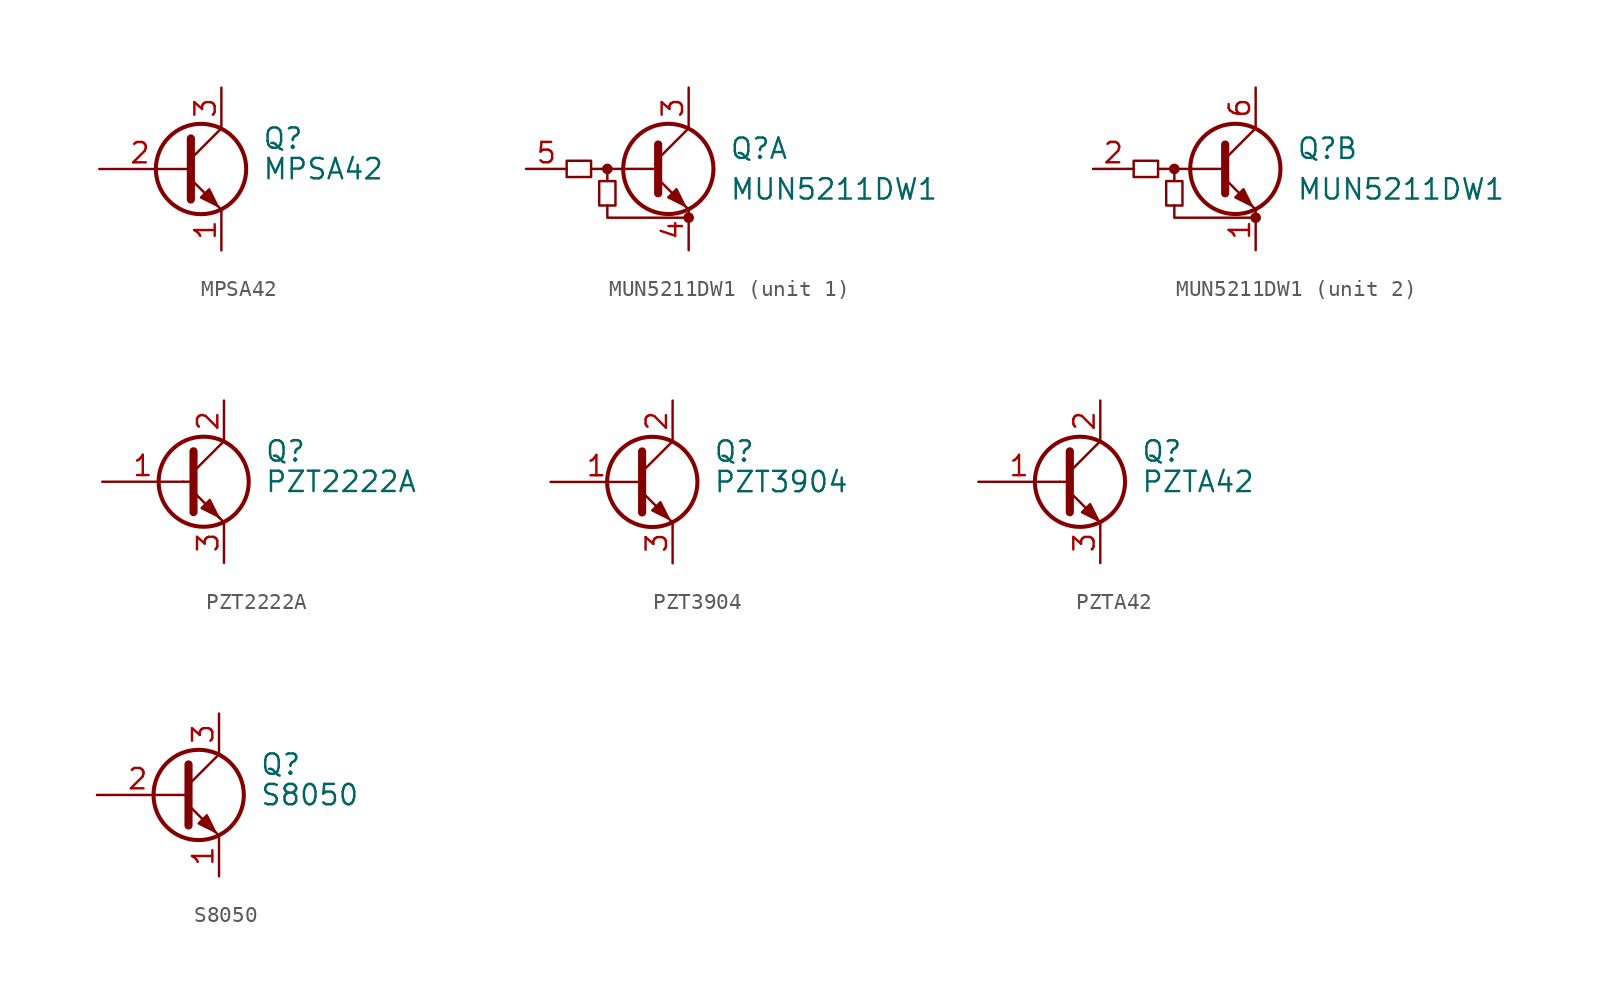
<source format=kicad_sym>
(kicad_symbol_lib
  (version 20210619)
  (generator kicad_symbol_editor)
  (symbol "Bobs_Bipolar_Transistors_2:MPSA42"
    (pin_names hide)
    (property "Reference" "Q"
      (at 5.08 1.905 0)
      (effects (font (size 1.27 1.27)) (justify left)))
    (property "Value" "MPSA42"
      (at 5.08 0 0)
      (effects (font (size 1.27 1.27)) (justify left)))
    (symbol "MPSA42_0_1"
      (circle (center 1.27 0) (radius 2.819) (stroke (width 0.254)) (fill (type none)))
      (polyline (pts (xy 0 0) (xy 0.635 0)) (stroke (width 0)) (fill (type none)))
      (polyline (pts (xy 0.635 0.635) (xy 2.54 2.54)) (stroke (width 0)) (fill (type none)))
      (polyline (pts (xy 0.635 -0.635) (xy 2.54 -2.54) (xy 2.54 -2.54)) (stroke (width 0)) (fill (type none)))
      (polyline (pts (xy 0.635 1.905) (xy 0.635 -1.905) (xy 0.635 -1.905)) (stroke (width 0.508)) (fill (type none)))
      (polyline (pts (xy 1.27 -1.778) (xy 1.778 -1.27) (xy 2.286 -2.286) (xy 1.27 -1.778) (xy 1.27 -1.778)) (stroke (width 0)) (fill (type outline))))
    (symbol "MPSA42_1_1"
      (pin passive line (at 2.54 -5.08 90) (length 2.54) (name "E" (effects (font (size 1.27 1.27)))) (number "1" (effects (font (size 1.27 1.27)))))
      (pin input line (at -5.08 0 0) (length 5.08) (name "B" (effects (font (size 1.27 1.27)))) (number "2" (effects (font (size 1.27 1.27)))))
      (pin passive line (at 2.54 5.08 270) (length 2.54) (name "C" (effects (font (size 1.27 1.27)))) (number "3" (effects (font (size 1.27 1.27)))))))
  (symbol "Bobs_Bipolar_Transistors_2:MUN5211DW1"
    (pin_names hide)
    (property "Reference" "Q"
      (at 3.81 1.27 0)
      (effects (font (size 1.27 1.27)) (justify left)))
    (property "Value" "MUN5211DW1"
      (at 3.81 -1.27 0)
      (effects (font (size 1.27 1.27)) (justify left)))
    (symbol "MUN5211DW1_0_1"
      (circle (center -3.81 0) (radius 0.254) (stroke (width 0)) (fill (type outline)))
      (circle (center 1.27 -3.048) (radius 0.254) (stroke (width 0)) (fill (type outline)))
      (rectangle (start -6.35 0.508) (end -4.826 -0.508) (stroke (width 0)) (fill (type none)))
      (rectangle (start -4.318 -2.286) (end -3.302 -0.762) (stroke (width 0)) (fill (type none)))
      (polyline (pts (xy -3.81 -0.762) (xy -3.81 0)) (stroke (width 0)) (fill (type none)))
      (polyline (pts (xy -0.762 0) (xy -4.826 0)) (stroke (width 0)) (fill (type none)))
      (polyline (pts (xy -0.635 1.524) (xy -0.635 -1.524)) (stroke (width 0.508)) (fill (type none)))
      (polyline (pts (xy -3.81 -2.286) (xy -3.81 -3.048) (xy 1.27 -3.048)) (stroke (width 0)) (fill (type none))))
    (symbol "MUN5211DW1_1_1"
      (circle (center 0 0) (radius 2.819) (stroke (width 0.254)) (fill (type none)))
      (polyline (pts (xy -0.635 0.635) (xy 1.27 2.54)) (stroke (width 0)) (fill (type none)))
      (polyline (pts (xy -0.635 -0.635) (xy 1.27 -2.54) (xy 1.27 -2.54)) (stroke (width 0)) (fill (type none)))
      (polyline (pts (xy 0 -1.778) (xy 0.508 -1.27) (xy 1.016 -2.286) (xy 0 -1.778) (xy 0 -1.778)) (stroke (width 0)) (fill (type outline)))
      (pin passive line (at 1.27 5.08 270) (length 2.54) (name "C1" (effects (font (size 1.27 1.27)))) (number "3" (effects (font (size 1.27 1.27)))))
      (pin passive line (at 1.27 -5.08 90) (length 2.54) (name "E1" (effects (font (size 1.27 1.27)))) (number "4" (effects (font (size 1.27 1.27)))))
      (pin input line (at -8.89 0 0) (length 2.54) (name "B1" (effects (font (size 1.27 1.27)))) (number "5" (effects (font (size 1.27 1.27))))))
    (symbol "MUN5211DW1_2_1"
      (circle (center 0 0) (radius 2.819) (stroke (width 0.254)) (fill (type none)))
      (polyline (pts (xy -0.635 0.635) (xy 1.27 2.54)) (stroke (width 0)) (fill (type none)))
      (polyline (pts (xy -0.635 -0.635) (xy 1.27 -2.54) (xy 1.27 -2.54)) (stroke (width 0)) (fill (type none)))
      (polyline (pts (xy 0 -1.778) (xy 0.508 -1.27) (xy 1.016 -2.286) (xy 0 -1.778) (xy 0 -1.778)) (stroke (width 0)) (fill (type outline)))
      (pin passive line (at 1.27 -5.08 90) (length 2.54) (name "E1" (effects (font (size 1.27 1.27)))) (number "1" (effects (font (size 1.27 1.27)))))
      (pin input line (at -8.89 0 0) (length 2.54) (name "B1" (effects (font (size 1.27 1.27)))) (number "2" (effects (font (size 1.27 1.27)))))
      (pin passive line (at 1.27 5.08 270) (length 2.54) (name "C1" (effects (font (size 1.27 1.27)))) (number "6" (effects (font (size 1.27 1.27)))))))
  (symbol "Bobs_Bipolar_Transistors_2:PZT2222A"
    (pin_names
      (offset 0) hide)
    (property "Reference" "Q"
      (at 5.08 1.905 0)
      (effects (font (size 1.27 1.27)) (justify left)))
    (property "Value" "PZT2222A"
      (at 5.08 0 0)
      (effects (font (size 1.27 1.27)) (justify left)))
    (symbol "PZT2222A_0_1"
      (circle (center 1.27 0) (radius 2.819) (stroke (width 0.254)) (fill (type none)))
      (polyline (pts (xy 0 0) (xy 0.635 0)) (stroke (width 0)) (fill (type none)))
      (polyline (pts (xy 2.54 -2.54) (xy 0.635 -0.635)) (stroke (width 0)) (fill (type none)))
      (polyline (pts (xy 2.54 2.54) (xy 0.635 0.635)) (stroke (width 0)) (fill (type none)))
      (polyline (pts (xy 0.635 1.905) (xy 0.635 -1.905) (xy 0.635 -1.905)) (stroke (width 0.508)) (fill (type none)))
      (polyline (pts (xy 2.286 -2.286) (xy 1.778 -1.778) (xy 1.778 -1.778)) (stroke (width 0)) (fill (type none)))
      (polyline (pts (xy 1.143 -1.651) (xy 1.651 -1.143) (xy 2.159 -2.159) (xy 1.143 -1.651) (xy 1.143 -1.651)) (stroke (width 0)) (fill (type outline))))
    (symbol "PZT2222A_1_1"
      (pin input line (at -5.08 0 0) (length 5.08) (name "B" (effects (font (size 1.27 1.27)))) (number "1" (effects (font (size 1.27 1.27)))))
      (pin passive line (at 2.54 5.08 270) (length 2.54) (name "C" (effects (font (size 1.27 1.27)))) (number "2" (effects (font (size 1.27 1.27)))))
      (pin passive line (at 2.54 -5.08 90) (length 2.54) (name "E" (effects (font (size 1.27 1.27)))) (number "3" (effects (font (size 1.27 1.27)))))))
  (symbol "Bobs_Bipolar_Transistors_2:PZT3904"
    (pin_names
      (offset 0) hide)
    (property "Reference" "Q"
      (at 5.08 1.905 0)
      (effects (font (size 1.27 1.27)) (justify left)))
    (property "Value" "PZT3904"
      (at 5.08 0 0)
      (effects (font (size 1.27 1.27)) (justify left)))
    (symbol "PZT3904_0_1"
      (circle (center 1.27 0) (radius 2.819) (stroke (width 0.254)) (fill (type none)))
      (polyline (pts (xy 0.635 0.635) (xy 2.54 2.54)) (stroke (width 0)) (fill (type none)))
      (polyline (pts (xy 0.635 -0.635) (xy 2.54 -2.54) (xy 2.54 -2.54)) (stroke (width 0)) (fill (type none)))
      (polyline (pts (xy 0.635 1.905) (xy 0.635 -1.905) (xy 0.635 -1.905)) (stroke (width 0.508)) (fill (type none)))
      (polyline (pts (xy 1.27 -1.778) (xy 1.778 -1.27) (xy 2.286 -2.286) (xy 1.27 -1.778) (xy 1.27 -1.778)) (stroke (width 0)) (fill (type outline))))
    (symbol "PZT3904_1_1"
      (pin input line (at -5.08 0 0) (length 5.715) (name "B" (effects (font (size 1.27 1.27)))) (number "1" (effects (font (size 1.27 1.27)))))
      (pin passive line (at 2.54 5.08 270) (length 2.54) (name "C" (effects (font (size 1.27 1.27)))) (number "2" (effects (font (size 1.27 1.27)))))
      (pin passive line (at 2.54 -5.08 90) (length 2.54) (name "E" (effects (font (size 1.27 1.27)))) (number "3" (effects (font (size 1.27 1.27)))))
      (pin passive line (at 2.54 5.08 270) (length 2.54) hide (name "C" (effects (font (size 1.27 1.27)))) (number "4" (effects (font (size 1.27 1.27)))))))
  (symbol "Bobs_Bipolar_Transistors_2:PZTA42"
    (pin_names
      (offset 0) hide)
    (property "Reference" "Q"
      (at 5.08 1.905 0)
      (effects (font (size 1.27 1.27)) (justify left)))
    (property "Value" "PZTA42"
      (at 5.08 0 0)
      (effects (font (size 1.27 1.27)) (justify left)))
    (symbol "PZTA42_0_1"
      (circle (center 1.27 0) (radius 2.819) (stroke (width 0.254)) (fill (type none)))
      (polyline (pts (xy 0 0) (xy 0.635 0)) (stroke (width 0)) (fill (type none)))
      (polyline (pts (xy 2.54 -2.54) (xy 0.635 -0.635)) (stroke (width 0)) (fill (type none)))
      (polyline (pts (xy 2.54 2.54) (xy 0.635 0.635)) (stroke (width 0)) (fill (type none)))
      (polyline (pts (xy 0.635 1.905) (xy 0.635 -1.905) (xy 0.635 -1.905)) (stroke (width 0.508)) (fill (type none)))
      (polyline (pts (xy 2.286 -2.286) (xy 1.778 -1.778) (xy 1.778 -1.778)) (stroke (width 0)) (fill (type none)))
      (polyline (pts (xy 1.397 -1.905) (xy 1.905 -1.397) (xy 2.413 -2.413) (xy 1.397 -1.905) (xy 1.397 -1.905)) (stroke (width 0)) (fill (type outline))))
    (symbol "PZTA42_1_1"
      (pin input line (at -5.08 0 0) (length 5.08) (name "B" (effects (font (size 1.27 1.27)))) (number "1" (effects (font (size 1.27 1.27)))))
      (pin passive line (at 2.54 5.08 270) (length 2.54) (name "C" (effects (font (size 1.27 1.27)))) (number "2" (effects (font (size 1.27 1.27)))))
      (pin passive line (at 2.54 -5.08 90) (length 2.54) (name "E" (effects (font (size 1.27 1.27)))) (number "3" (effects (font (size 1.27 1.27)))))))
  (symbol "Bobs_Bipolar_Transistors_2:S8050"
    (pin_names
      (offset 0) hide)
    (property "Reference" "Q"
      (at 5.08 1.905 0)
      (effects (font (size 1.27 1.27)) (justify left)))
    (property "Value" "S8050"
      (at 5.08 0 0)
      (effects (font (size 1.27 1.27)) (justify left)))
    (symbol "S8050_0_1"
      (circle (center 1.27 0) (radius 2.819) (stroke (width 0.254)) (fill (type none)))
      (polyline (pts (xy 0 0) (xy 0.635 0)) (stroke (width 0)) (fill (type none)))
      (polyline (pts (xy 0.635 0.635) (xy 2.54 2.54)) (stroke (width 0)) (fill (type none)))
      (polyline (pts (xy 0.635 -0.635) (xy 2.54 -2.54) (xy 2.54 -2.54)) (stroke (width 0)) (fill (type none)))
      (polyline (pts (xy 0.635 1.905) (xy 0.635 -1.905) (xy 0.635 -1.905)) (stroke (width 0.508)) (fill (type none)))
      (polyline (pts (xy 1.27 -1.778) (xy 1.778 -1.27) (xy 2.286 -2.286) (xy 1.27 -1.778) (xy 1.27 -1.778)) (stroke (width 0)) (fill (type outline))))
    (symbol "S8050_1_1"
      (pin passive line (at 2.54 -5.08 90) (length 2.54) (name "E" (effects (font (size 1.27 1.27)))) (number "1" (effects (font (size 1.27 1.27)))))
      (pin input line (at -5.08 0 0) (length 5.08) (name "B" (effects (font (size 1.27 1.27)))) (number "2" (effects (font (size 1.27 1.27)))))
      (pin passive line (at 2.54 5.08 270) (length 2.54) (name "C" (effects (font (size 1.27 1.27)))) (number "3" (effects (font (size 1.27 1.27))))))))
</source>
